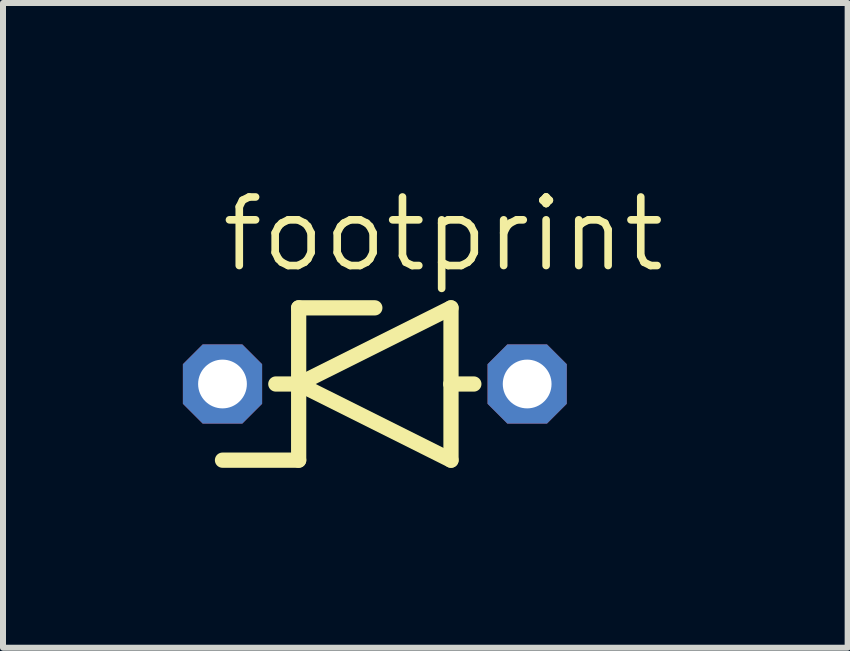
<source format=kicad_pcb>
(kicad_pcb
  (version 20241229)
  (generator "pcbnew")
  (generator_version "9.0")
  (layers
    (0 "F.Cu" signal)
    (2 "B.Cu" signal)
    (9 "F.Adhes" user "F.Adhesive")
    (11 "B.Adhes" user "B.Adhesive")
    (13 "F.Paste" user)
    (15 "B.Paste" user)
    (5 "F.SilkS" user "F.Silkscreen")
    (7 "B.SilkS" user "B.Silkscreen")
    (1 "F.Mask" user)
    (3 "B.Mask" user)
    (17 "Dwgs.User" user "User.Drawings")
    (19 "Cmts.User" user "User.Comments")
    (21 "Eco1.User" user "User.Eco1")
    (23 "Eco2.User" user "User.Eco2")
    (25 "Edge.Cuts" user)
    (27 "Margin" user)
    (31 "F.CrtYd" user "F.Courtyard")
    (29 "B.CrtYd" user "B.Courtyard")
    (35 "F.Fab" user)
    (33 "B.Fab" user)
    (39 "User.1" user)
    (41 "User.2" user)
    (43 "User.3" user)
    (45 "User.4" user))
  (footprint "footprint"
    (layer "F.Cu")
    (at 3.2 3.353)
    (property "Reference" "footprint" (at -2.616 -1.829 0) (layer "F.SilkS") (effects (font (size 1.143 1.143) (thickness 0.127)) (justify left bottom)))
    (fp_line (start -1.651 0) (end -1.27 0) (stroke (width 0.254) (type solid)) (layer "F.SilkS"))
    (fp_line (start -1.27 -1.27) (end -1.27 0) (stroke (width 0.254) (type solid)) (layer "F.SilkS"))
    (fp_line (start -1.27 0) (end -1.27 1.27) (stroke (width 0.254) (type solid)) (layer "F.SilkS"))
    (fp_line (start -1.27 0) (end 1.27 -1.27) (stroke (width 0.254) (type solid)) (layer "F.SilkS"))
    (fp_line (start -1.27 1.27) (end -2.54 1.27) (stroke (width 0.254) (type solid)) (layer "F.SilkS"))
    (fp_line (start 0 -1.27) (end -1.27 -1.27) (stroke (width 0.254) (type solid)) (layer "F.SilkS"))
    (fp_line (start 1.27 -1.27) (end 1.27 0) (stroke (width 0.254) (type solid)) (layer "F.SilkS"))
    (fp_line (start 1.27 0) (end 1.27 1.27) (stroke (width 0.254) (type solid)) (layer "F.SilkS"))
    (fp_line (start 1.27 0) (end 1.651 0) (stroke (width 0.254) (type solid)) (layer "F.SilkS"))
    (fp_line (start 1.27 1.27) (end -1.27 0) (stroke (width 0.254) (type solid)) (layer "F.SilkS"))
    (pad "A" thru_hole roundrect (at 2.54 0) (size 1.321 1.321) (drill 0.813) (layers "*.Cu" "*.Mask") (roundrect_rratio 0.25) (chamfer_ratio 0.25) (chamfer top_left top_right bottom_left bottom_right))
    (pad "C" thru_hole roundrect (at -2.54 0) (size 1.321 1.321) (drill 0.813) (layers "*.Cu" "*.Mask") (roundrect_rratio 0.25) (chamfer_ratio 0.25) (chamfer top_left top_right bottom_left bottom_right)))
  (gr_rect
    (start -3 -3)
    (end 11.084 7.75)
    (stroke (width 0.1) (type default))
    (fill no)
    (layer "Edge.Cuts")))
</source>
